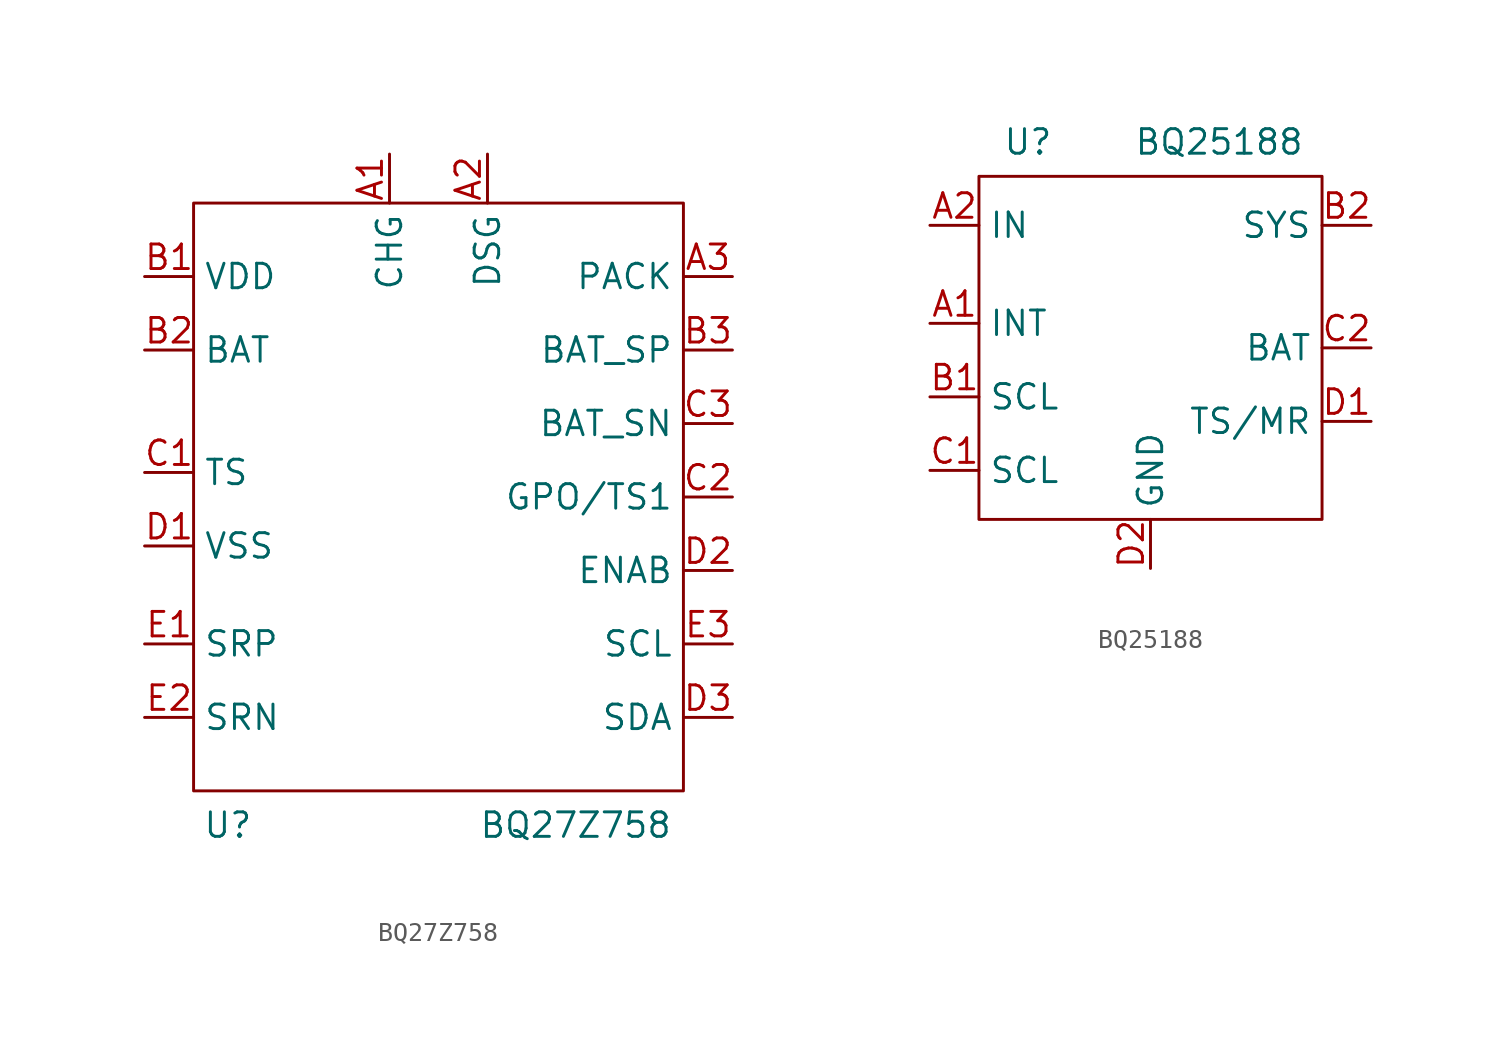
<source format=kicad_sym>
(kicad_symbol_lib
  (version 20241209)
  (generator "kicad_symbol_editor")
  (generator_version "9.0")
  (symbol "BQ27Z758"
    (property "Reference" "U"
      (at -10.922 -17.018 0)
      (effects (font (size 1.27 1.27))))
    (property "Value" "BQ27Z758"
      (at 7.112 -17.018 0)
      (effects (font (size 1.27 1.27))))
    (symbol "BQ27Z758_0_1"
      (rectangle (start -12.7 15.24) (end 12.7 -15.24) (stroke (width 0) (type default)) (fill (type none))))
    (symbol "BQ27Z758_1_1"
      (pin power_in line (at -15.24 11.43 0) (length 2.54) (name "VDD" (effects (font (size 1.27 1.27)))) (number "B1" (effects (font (size 1.27 1.27)))))
      (pin input line (at -15.24 7.62 0) (length 2.54) (name "BAT" (effects (font (size 1.27 1.27)))) (number "B2" (effects (font (size 1.27 1.27)))))
      (pin input line (at -15.24 1.27 0) (length 2.54) (name "TS" (effects (font (size 1.27 1.27)))) (number "C1" (effects (font (size 1.27 1.27)))))
      (pin power_out line (at -15.24 -2.54 0) (length 2.54) (name "VSS" (effects (font (size 1.27 1.27)))) (number "D1" (effects (font (size 1.27 1.27)))))
      (pin input line (at -15.24 -7.62 0) (length 2.54) (name "SRP" (effects (font (size 1.27 1.27)))) (number "E1" (effects (font (size 1.27 1.27)))))
      (pin input line (at -15.24 -11.43 0) (length 2.54) (name "SRN" (effects (font (size 1.27 1.27)))) (number "E2" (effects (font (size 1.27 1.27)))))
      (pin output line (at -2.54 17.78 270) (length 2.54) (name "CHG" (effects (font (size 1.27 1.27)))) (number "A1" (effects (font (size 1.27 1.27)))))
      (pin output line (at 2.54 17.78 270) (length 2.54) (name "DSG" (effects (font (size 1.27 1.27)))) (number "A2" (effects (font (size 1.27 1.27)))))
      (pin input line (at 15.24 11.43 180) (length 2.54) (name "PACK" (effects (font (size 1.27 1.27)))) (number "A3" (effects (font (size 1.27 1.27)))))
      (pin output line (at 15.24 7.62 180) (length 2.54) (name "BAT_SP" (effects (font (size 1.27 1.27)))) (number "B3" (effects (font (size 1.27 1.27)))))
      (pin output line (at 15.24 3.81 180) (length 2.54) (name "BAT_SN" (effects (font (size 1.27 1.27)))) (number "C3" (effects (font (size 1.27 1.27)))))
      (pin bidirectional line (at 15.24 0 180) (length 2.54) (name "GPO/TS1" (effects (font (size 1.27 1.27)))) (number "C2" (effects (font (size 1.27 1.27)))))
      (pin input line (at 15.24 -3.81 180) (length 2.54) (name "ENAB" (effects (font (size 1.27 1.27)))) (number "D2" (effects (font (size 1.27 1.27)))))
      (pin bidirectional line (at 15.24 -7.62 180) (length 2.54) (name "SCL" (effects (font (size 1.27 1.27)))) (number "E3" (effects (font (size 1.27 1.27)))))
      (pin bidirectional line (at 15.24 -11.43 180) (length 2.54) (name "SDA" (effects (font (size 1.27 1.27)))) (number "D3" (effects (font (size 1.27 1.27)))))))
  (symbol "BQ25188"
    (property "Reference" "U"
      (at -6.35 10.668 0)
      (effects (font (size 1.27 1.27))))
    (property "Value" "BQ25188"
      (at 3.556 10.668 0)
      (effects (font (size 1.27 1.27))))
    (symbol "BQ25188_0_1"
      (rectangle (start -8.89 8.89) (end 8.89 -8.89) (stroke (width 0) (type default)) (fill (type none))))
    (symbol "BQ25188_1_1"
      (pin power_in line (at -11.43 6.35 0) (length 2.54) (name "IN" (effects (font (size 1.27 1.27)))) (number "A2" (effects (font (size 1.27 1.27)))))
      (pin output line (at -11.43 1.27 0) (length 2.54) (name "INT" (effects (font (size 1.27 1.27)))) (number "A1" (effects (font (size 1.27 1.27)))))
      (pin bidirectional line (at -11.43 -2.54 0) (length 2.54) (name "SCL" (effects (font (size 1.27 1.27)))) (number "B1" (effects (font (size 1.27 1.27)))))
      (pin bidirectional line (at -11.43 -6.35 0) (length 2.54) (name "SCL" (effects (font (size 1.27 1.27)))) (number "C1" (effects (font (size 1.27 1.27)))))
      (pin power_in line (at 0 -11.43 90) (length 2.54) (name "GND" (effects (font (size 1.27 1.27)))) (number "D2" (effects (font (size 1.27 1.27)))))
      (pin power_out line (at 11.43 6.35 180) (length 2.54) (name "SYS" (effects (font (size 1.27 1.27)))) (number "B2" (effects (font (size 1.27 1.27)))))
      (pin power_in line (at 11.43 0 180) (length 2.54) (name "BAT" (effects (font (size 1.27 1.27)))) (number "C2" (effects (font (size 1.27 1.27)))))
      (pin bidirectional line (at 11.43 -3.81 180) (length 2.54) (name "TS/MR" (effects (font (size 1.27 1.27)))) (number "D1" (effects (font (size 1.27 1.27))))))))
</source>
